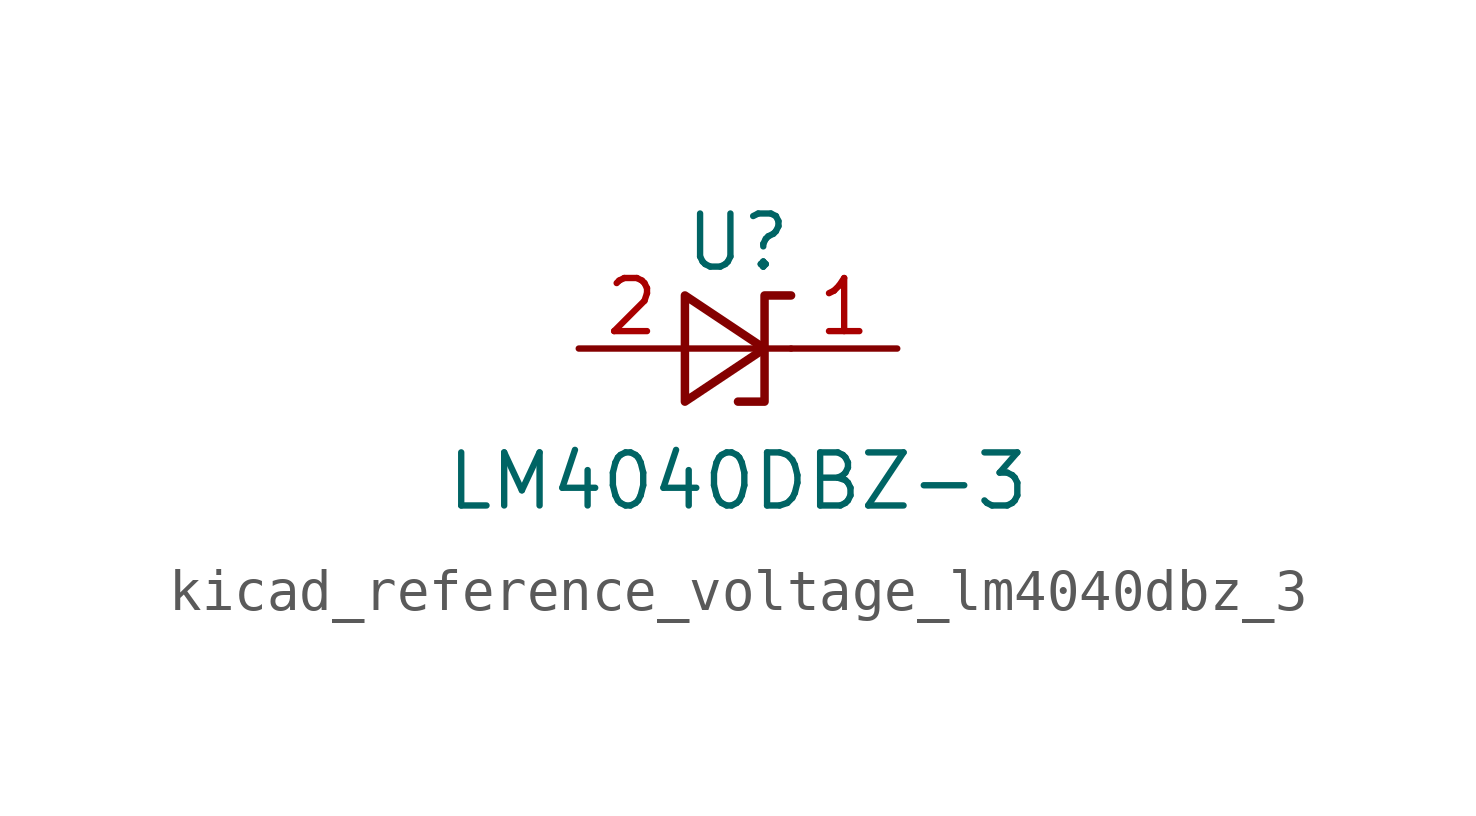
<source format=kicad_sym>
(kicad_symbol_lib
  (version 20220914)
  (generator kicad_symbol_editor)
  (symbol "kicad_reference_voltage_lm4040dbz_3"
    (pin_names
      (offset 0.025) hide)
    (property "Reference" "U"
      (at 0 2.54 0)
      (effects (font (size 1.27 1.27))))
    (property "Value" "LM4040DBZ-3"
      (at 0 -3.175 0)
      (effects (font (size 1.27 1.27))))
    (symbol "kicad_reference_voltage_lm4040dbz_3_0_1"
      (polyline (pts (xy -1.27 0) (xy 0 0) (xy 1.27 0)) (stroke (width 0) (type default)) (fill (type none)))
      (polyline (pts (xy -1.27 -1.27) (xy 0.635 0) (xy -1.27 1.27) (xy -1.27 -1.27)) (stroke (width 0.203) (type default)) (fill (type none)))
      (polyline (pts (xy 0 -1.27) (xy 0.635 -1.27) (xy 0.635 1.27) (xy 1.27 1.27)) (stroke (width 0.203) (type default)) (fill (type none))))
    (symbol "kicad_reference_voltage_lm4040dbz_3_1_1"
      (pin passive line (at 3.81 0 180) (length 2.54) (name "K" (effects (font (size 1.27 1.27)))) (number "1" (effects (font (size 1.27 1.27)))))
      (pin passive line (at -3.81 0 0) (length 2.54) (name "A" (effects (font (size 1.27 1.27)))) (number "2" (effects (font (size 1.27 1.27))))))))
</source>
